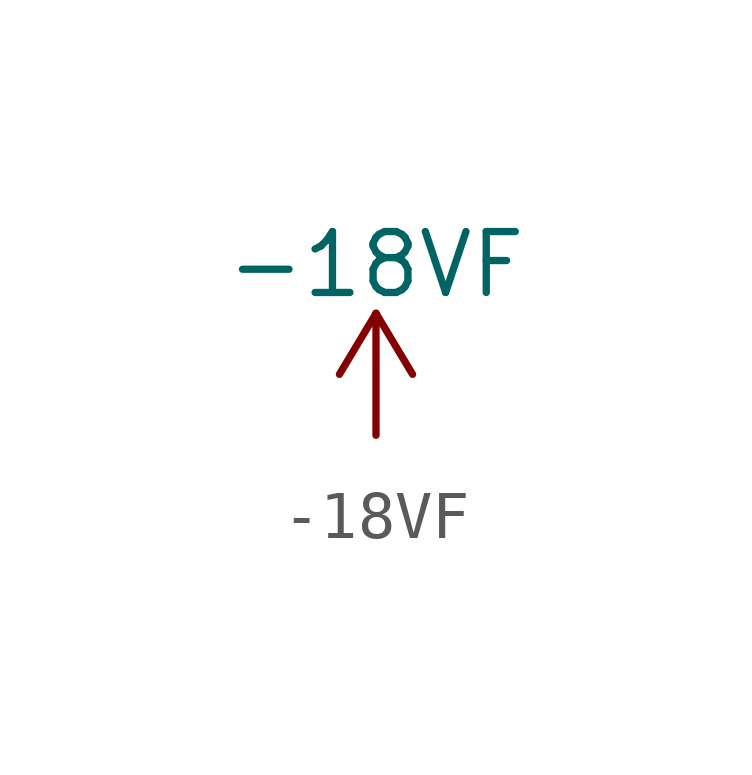
<source format=kicad_sym>
(kicad_symbol_lib
  (version 20211014)
  (generator kicad_symbol_editor)
  (symbol "-18VF"
    (power)
    (pin_names
      (offset 0))
    (property "Reference" "#PWR"
      (at 0 -3.81 0)
      (effects (font (size 1.27 1.27)) hide))
    (property "Value" "-18VF"
      (at 0 3.556 0)
      (effects (font (size 1.27 1.27))))
    (symbol "-18VF_0_1"
      (polyline (pts (xy -0.762 1.27) (xy 0 2.54)) (stroke (width 0) (type default) (color 0 0 0 0)) (fill (type none)))
      (polyline (pts (xy 0 0) (xy 0 2.54)) (stroke (width 0) (type default) (color 0 0 0 0)) (fill (type none)))
      (polyline (pts (xy 0 2.54) (xy 0.762 1.27)) (stroke (width 0) (type default) (color 0 0 0 0)) (fill (type none))))
    (symbol "-18VF_1_1"
      (pin power_in line (at 0 0 90) (length 0) hide (name "-18VF" (effects (font (size 1.27 1.27)))) (number "1" (effects (font (size 1.27 1.27))))))))
</source>
